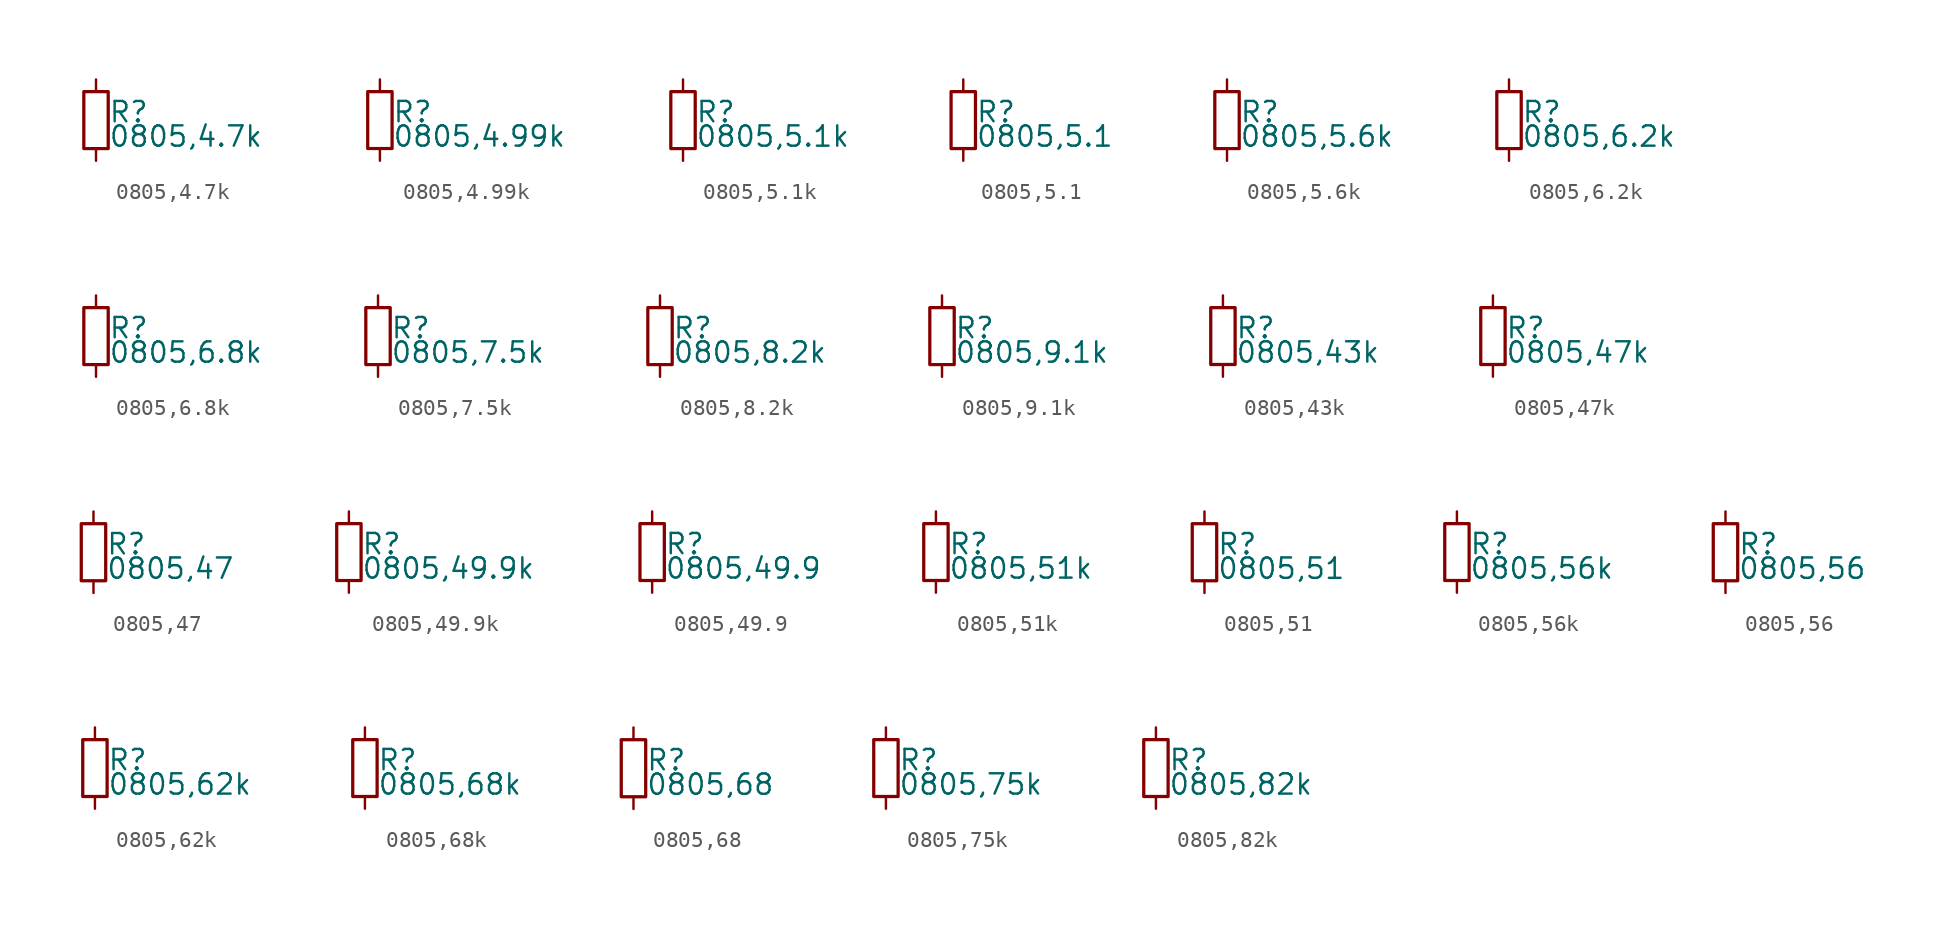
<source format=kicad_sym>
(kicad_symbol_lib
  (version 20220914)
  (generator kicad_symbol_editor)
  (symbol "0805,4.7k"
    (property "Reference" "R"
      (at 0.762 0.508 0)
      (effects (font (size 1.27 1.27)) (justify left)))
    (property "Value" "0805,4.7k"
      (at 0.762 -1.016 0)
      (effects (font (size 1.27 1.27)) (justify left)))
    (property "ki_locked" ""
      (at 0 0 0)
      (effects (font (size 1.27 1.27))))
    (symbol "0805,4.7k_0_0"
      (rectangle (start -0.762 1.778) (end 0.762 -1.778) (stroke (width 0.203) (type default)) (fill (type none)))
      (pin passive line (at 0 2.54 270) (length 0.762) (name "~" (effects (font (size 0 0)))) (number "1" (effects (font (size 0 0)))))
      (pin passive line (at 0 -2.54 90) (length 0.762) (name "~" (effects (font (size 0 0)))) (number "2" (effects (font (size 0 0)))))))
  (symbol "0805,4.99k"
    (property "Reference" "R"
      (at 0.762 0.508 0)
      (effects (font (size 1.27 1.27)) (justify left)))
    (property "Value" "0805,4.99k"
      (at 0.762 -1.016 0)
      (effects (font (size 1.27 1.27)) (justify left)))
    (property "ki_locked" ""
      (at 0 0 0)
      (effects (font (size 1.27 1.27))))
    (symbol "0805,4.99k_0_0"
      (rectangle (start -0.762 1.778) (end 0.762 -1.778) (stroke (width 0.203) (type default)) (fill (type none)))
      (pin passive line (at 0 2.54 270) (length 0.762) (name "~" (effects (font (size 0 0)))) (number "1" (effects (font (size 0 0)))))
      (pin passive line (at 0 -2.54 90) (length 0.762) (name "~" (effects (font (size 0 0)))) (number "2" (effects (font (size 0 0)))))))
  (symbol "0805,5.1k"
    (property "Reference" "R"
      (at 0.762 0.508 0)
      (effects (font (size 1.27 1.27)) (justify left)))
    (property "Value" "0805,5.1k"
      (at 0.762 -1.016 0)
      (effects (font (size 1.27 1.27)) (justify left)))
    (property "ki_locked" ""
      (at 0 0 0)
      (effects (font (size 1.27 1.27))))
    (symbol "0805,5.1k_0_0"
      (rectangle (start -0.762 1.778) (end 0.762 -1.778) (stroke (width 0.203) (type default)) (fill (type none)))
      (pin passive line (at 0 2.54 270) (length 0.762) (name "~" (effects (font (size 0 0)))) (number "1" (effects (font (size 0 0)))))
      (pin passive line (at 0 -2.54 90) (length 0.762) (name "~" (effects (font (size 0 0)))) (number "2" (effects (font (size 0 0)))))))
  (symbol "0805,5.1"
    (property "Reference" "R"
      (at 0.762 0.508 0)
      (effects (font (size 1.27 1.27)) (justify left)))
    (property "Value" "0805,5.1"
      (at 0.762 -1.016 0)
      (effects (font (size 1.27 1.27)) (justify left)))
    (property "ki_locked" ""
      (at 0 0 0)
      (effects (font (size 1.27 1.27))))
    (symbol "0805,5.1_0_0"
      (rectangle (start -0.762 1.778) (end 0.762 -1.778) (stroke (width 0.203) (type default)) (fill (type none)))
      (pin passive line (at 0 2.54 270) (length 0.762) (name "~" (effects (font (size 0 0)))) (number "1" (effects (font (size 0 0)))))
      (pin passive line (at 0 -2.54 90) (length 0.762) (name "~" (effects (font (size 0 0)))) (number "2" (effects (font (size 0 0)))))))
  (symbol "0805,5.6k"
    (property "Reference" "R"
      (at 0.762 0.508 0)
      (effects (font (size 1.27 1.27)) (justify left)))
    (property "Value" "0805,5.6k"
      (at 0.762 -1.016 0)
      (effects (font (size 1.27 1.27)) (justify left)))
    (property "ki_locked" ""
      (at 0 0 0)
      (effects (font (size 1.27 1.27))))
    (symbol "0805,5.6k_0_0"
      (rectangle (start -0.762 1.778) (end 0.762 -1.778) (stroke (width 0.203) (type default)) (fill (type none)))
      (pin passive line (at 0 2.54 270) (length 0.762) (name "~" (effects (font (size 0 0)))) (number "1" (effects (font (size 0 0)))))
      (pin passive line (at 0 -2.54 90) (length 0.762) (name "~" (effects (font (size 0 0)))) (number "2" (effects (font (size 0 0)))))))
  (symbol "0805,6.2k"
    (property "Reference" "R"
      (at 0.762 0.508 0)
      (effects (font (size 1.27 1.27)) (justify left)))
    (property "Value" "0805,6.2k"
      (at 0.762 -1.016 0)
      (effects (font (size 1.27 1.27)) (justify left)))
    (property "ki_locked" ""
      (at 0 0 0)
      (effects (font (size 1.27 1.27))))
    (symbol "0805,6.2k_0_0"
      (rectangle (start -0.762 1.778) (end 0.762 -1.778) (stroke (width 0.203) (type default)) (fill (type none)))
      (pin passive line (at 0 2.54 270) (length 0.762) (name "~" (effects (font (size 0 0)))) (number "1" (effects (font (size 0 0)))))
      (pin passive line (at 0 -2.54 90) (length 0.762) (name "~" (effects (font (size 0 0)))) (number "2" (effects (font (size 0 0)))))))
  (symbol "0805,6.8k"
    (property "Reference" "R"
      (at 0.762 0.508 0)
      (effects (font (size 1.27 1.27)) (justify left)))
    (property "Value" "0805,6.8k"
      (at 0.762 -1.016 0)
      (effects (font (size 1.27 1.27)) (justify left)))
    (property "ki_locked" ""
      (at 0 0 0)
      (effects (font (size 1.27 1.27))))
    (symbol "0805,6.8k_0_0"
      (rectangle (start -0.762 1.778) (end 0.762 -1.778) (stroke (width 0.203) (type default)) (fill (type none)))
      (pin passive line (at 0 2.54 270) (length 0.762) (name "~" (effects (font (size 0 0)))) (number "1" (effects (font (size 0 0)))))
      (pin passive line (at 0 -2.54 90) (length 0.762) (name "~" (effects (font (size 0 0)))) (number "2" (effects (font (size 0 0)))))))
  (symbol "0805,7.5k"
    (property "Reference" "R"
      (at 0.762 0.508 0)
      (effects (font (size 1.27 1.27)) (justify left)))
    (property "Value" "0805,7.5k"
      (at 0.762 -1.016 0)
      (effects (font (size 1.27 1.27)) (justify left)))
    (property "ki_locked" ""
      (at 0 0 0)
      (effects (font (size 1.27 1.27))))
    (symbol "0805,7.5k_0_0"
      (rectangle (start -0.762 1.778) (end 0.762 -1.778) (stroke (width 0.203) (type default)) (fill (type none)))
      (pin passive line (at 0 2.54 270) (length 0.762) (name "~" (effects (font (size 0 0)))) (number "1" (effects (font (size 0 0)))))
      (pin passive line (at 0 -2.54 90) (length 0.762) (name "~" (effects (font (size 0 0)))) (number "2" (effects (font (size 0 0)))))))
  (symbol "0805,8.2k"
    (property "Reference" "R"
      (at 0.762 0.508 0)
      (effects (font (size 1.27 1.27)) (justify left)))
    (property "Value" "0805,8.2k"
      (at 0.762 -1.016 0)
      (effects (font (size 1.27 1.27)) (justify left)))
    (property "ki_locked" ""
      (at 0 0 0)
      (effects (font (size 1.27 1.27))))
    (symbol "0805,8.2k_0_0"
      (rectangle (start -0.762 1.778) (end 0.762 -1.778) (stroke (width 0.203) (type default)) (fill (type none)))
      (pin passive line (at 0 2.54 270) (length 0.762) (name "~" (effects (font (size 0 0)))) (number "1" (effects (font (size 0 0)))))
      (pin passive line (at 0 -2.54 90) (length 0.762) (name "~" (effects (font (size 0 0)))) (number "2" (effects (font (size 0 0)))))))
  (symbol "0805,9.1k"
    (property "Reference" "R"
      (at 0.762 0.508 0)
      (effects (font (size 1.27 1.27)) (justify left)))
    (property "Value" "0805,9.1k"
      (at 0.762 -1.016 0)
      (effects (font (size 1.27 1.27)) (justify left)))
    (property "ki_locked" ""
      (at 0 0 0)
      (effects (font (size 1.27 1.27))))
    (symbol "0805,9.1k_0_0"
      (rectangle (start -0.762 1.778) (end 0.762 -1.778) (stroke (width 0.203) (type default)) (fill (type none)))
      (pin passive line (at 0 2.54 270) (length 0.762) (name "~" (effects (font (size 0 0)))) (number "1" (effects (font (size 0 0)))))
      (pin passive line (at 0 -2.54 90) (length 0.762) (name "~" (effects (font (size 0 0)))) (number "2" (effects (font (size 0 0)))))))
  (symbol "0805,43k"
    (property "Reference" "R"
      (at 0.762 0.508 0)
      (effects (font (size 1.27 1.27)) (justify left)))
    (property "Value" "0805,43k"
      (at 0.762 -1.016 0)
      (effects (font (size 1.27 1.27)) (justify left)))
    (property "ki_locked" ""
      (at 0 0 0)
      (effects (font (size 1.27 1.27))))
    (symbol "0805,43k_0_0"
      (rectangle (start -0.762 1.778) (end 0.762 -1.778) (stroke (width 0.203) (type default)) (fill (type none)))
      (pin passive line (at 0 2.54 270) (length 0.762) (name "~" (effects (font (size 0 0)))) (number "1" (effects (font (size 0 0)))))
      (pin passive line (at 0 -2.54 90) (length 0.762) (name "~" (effects (font (size 0 0)))) (number "2" (effects (font (size 0 0)))))))
  (symbol "0805,47k"
    (property "Reference" "R"
      (at 0.762 0.508 0)
      (effects (font (size 1.27 1.27)) (justify left)))
    (property "Value" "0805,47k"
      (at 0.762 -1.016 0)
      (effects (font (size 1.27 1.27)) (justify left)))
    (property "ki_locked" ""
      (at 0 0 0)
      (effects (font (size 1.27 1.27))))
    (symbol "0805,47k_0_0"
      (rectangle (start -0.762 1.778) (end 0.762 -1.778) (stroke (width 0.203) (type default)) (fill (type none)))
      (pin passive line (at 0 2.54 270) (length 0.762) (name "~" (effects (font (size 0 0)))) (number "1" (effects (font (size 0 0)))))
      (pin passive line (at 0 -2.54 90) (length 0.762) (name "~" (effects (font (size 0 0)))) (number "2" (effects (font (size 0 0)))))))
  (symbol "0805,47"
    (property "Reference" "R"
      (at 0.762 0.508 0)
      (effects (font (size 1.27 1.27)) (justify left)))
    (property "Value" "0805,47"
      (at 0.762 -1.016 0)
      (effects (font (size 1.27 1.27)) (justify left)))
    (property "ki_locked" ""
      (at 0 0 0)
      (effects (font (size 1.27 1.27))))
    (symbol "0805,47_0_0"
      (rectangle (start -0.762 1.778) (end 0.762 -1.778) (stroke (width 0.203) (type default)) (fill (type none)))
      (pin passive line (at 0 2.54 270) (length 0.762) (name "~" (effects (font (size 0 0)))) (number "1" (effects (font (size 0 0)))))
      (pin passive line (at 0 -2.54 90) (length 0.762) (name "~" (effects (font (size 0 0)))) (number "2" (effects (font (size 0 0)))))))
  (symbol "0805,49.9k"
    (property "Reference" "R"
      (at 0.762 0.508 0)
      (effects (font (size 1.27 1.27)) (justify left)))
    (property "Value" "0805,49.9k"
      (at 0.762 -1.016 0)
      (effects (font (size 1.27 1.27)) (justify left)))
    (property "ki_locked" ""
      (at 0 0 0)
      (effects (font (size 1.27 1.27))))
    (symbol "0805,49.9k_0_0"
      (rectangle (start -0.762 1.778) (end 0.762 -1.778) (stroke (width 0.203) (type default)) (fill (type none)))
      (pin passive line (at 0 2.54 270) (length 0.762) (name "~" (effects (font (size 0 0)))) (number "1" (effects (font (size 0 0)))))
      (pin passive line (at 0 -2.54 90) (length 0.762) (name "~" (effects (font (size 0 0)))) (number "2" (effects (font (size 0 0)))))))
  (symbol "0805,49.9"
    (property "Reference" "R"
      (at 0.762 0.508 0)
      (effects (font (size 1.27 1.27)) (justify left)))
    (property "Value" "0805,49.9"
      (at 0.762 -1.016 0)
      (effects (font (size 1.27 1.27)) (justify left)))
    (property "ki_locked" ""
      (at 0 0 0)
      (effects (font (size 1.27 1.27))))
    (symbol "0805,49.9_0_0"
      (rectangle (start -0.762 1.778) (end 0.762 -1.778) (stroke (width 0.203) (type default)) (fill (type none)))
      (pin passive line (at 0 2.54 270) (length 0.762) (name "~" (effects (font (size 0 0)))) (number "1" (effects (font (size 0 0)))))
      (pin passive line (at 0 -2.54 90) (length 0.762) (name "~" (effects (font (size 0 0)))) (number "2" (effects (font (size 0 0)))))))
  (symbol "0805,51k"
    (property "Reference" "R"
      (at 0.762 0.508 0)
      (effects (font (size 1.27 1.27)) (justify left)))
    (property "Value" "0805,51k"
      (at 0.762 -1.016 0)
      (effects (font (size 1.27 1.27)) (justify left)))
    (property "ki_locked" ""
      (at 0 0 0)
      (effects (font (size 1.27 1.27))))
    (symbol "0805,51k_0_0"
      (rectangle (start -0.762 1.778) (end 0.762 -1.778) (stroke (width 0.203) (type default)) (fill (type none)))
      (pin passive line (at 0 2.54 270) (length 0.762) (name "~" (effects (font (size 0 0)))) (number "1" (effects (font (size 0 0)))))
      (pin passive line (at 0 -2.54 90) (length 0.762) (name "~" (effects (font (size 0 0)))) (number "2" (effects (font (size 0 0)))))))
  (symbol "0805,51"
    (property "Reference" "R"
      (at 0.762 0.508 0)
      (effects (font (size 1.27 1.27)) (justify left)))
    (property "Value" "0805,51"
      (at 0.762 -1.016 0)
      (effects (font (size 1.27 1.27)) (justify left)))
    (property "ki_locked" ""
      (at 0 0 0)
      (effects (font (size 1.27 1.27))))
    (symbol "0805,51_0_0"
      (rectangle (start -0.762 1.778) (end 0.762 -1.778) (stroke (width 0.203) (type default)) (fill (type none)))
      (pin passive line (at 0 2.54 270) (length 0.762) (name "~" (effects (font (size 0 0)))) (number "1" (effects (font (size 0 0)))))
      (pin passive line (at 0 -2.54 90) (length 0.762) (name "~" (effects (font (size 0 0)))) (number "2" (effects (font (size 0 0)))))))
  (symbol "0805,56k"
    (property "Reference" "R"
      (at 0.762 0.508 0)
      (effects (font (size 1.27 1.27)) (justify left)))
    (property "Value" "0805,56k"
      (at 0.762 -1.016 0)
      (effects (font (size 1.27 1.27)) (justify left)))
    (property "ki_locked" ""
      (at 0 0 0)
      (effects (font (size 1.27 1.27))))
    (symbol "0805,56k_0_0"
      (rectangle (start -0.762 1.778) (end 0.762 -1.778) (stroke (width 0.203) (type default)) (fill (type none)))
      (pin passive line (at 0 2.54 270) (length 0.762) (name "~" (effects (font (size 0 0)))) (number "1" (effects (font (size 0 0)))))
      (pin passive line (at 0 -2.54 90) (length 0.762) (name "~" (effects (font (size 0 0)))) (number "2" (effects (font (size 0 0)))))))
  (symbol "0805,56"
    (property "Reference" "R"
      (at 0.762 0.508 0)
      (effects (font (size 1.27 1.27)) (justify left)))
    (property "Value" "0805,56"
      (at 0.762 -1.016 0)
      (effects (font (size 1.27 1.27)) (justify left)))
    (property "ki_locked" ""
      (at 0 0 0)
      (effects (font (size 1.27 1.27))))
    (symbol "0805,56_0_0"
      (rectangle (start -0.762 1.778) (end 0.762 -1.778) (stroke (width 0.203) (type default)) (fill (type none)))
      (pin passive line (at 0 2.54 270) (length 0.762) (name "~" (effects (font (size 0 0)))) (number "1" (effects (font (size 0 0)))))
      (pin passive line (at 0 -2.54 90) (length 0.762) (name "~" (effects (font (size 0 0)))) (number "2" (effects (font (size 0 0)))))))
  (symbol "0805,62k"
    (property "Reference" "R"
      (at 0.762 0.508 0)
      (effects (font (size 1.27 1.27)) (justify left)))
    (property "Value" "0805,62k"
      (at 0.762 -1.016 0)
      (effects (font (size 1.27 1.27)) (justify left)))
    (property "ki_locked" ""
      (at 0 0 0)
      (effects (font (size 1.27 1.27))))
    (symbol "0805,62k_0_0"
      (rectangle (start -0.762 1.778) (end 0.762 -1.778) (stroke (width 0.203) (type default)) (fill (type none)))
      (pin passive line (at 0 2.54 270) (length 0.762) (name "~" (effects (font (size 0 0)))) (number "1" (effects (font (size 0 0)))))
      (pin passive line (at 0 -2.54 90) (length 0.762) (name "~" (effects (font (size 0 0)))) (number "2" (effects (font (size 0 0)))))))
  (symbol "0805,68k"
    (property "Reference" "R"
      (at 0.762 0.508 0)
      (effects (font (size 1.27 1.27)) (justify left)))
    (property "Value" "0805,68k"
      (at 0.762 -1.016 0)
      (effects (font (size 1.27 1.27)) (justify left)))
    (property "ki_locked" ""
      (at 0 0 0)
      (effects (font (size 1.27 1.27))))
    (symbol "0805,68k_0_0"
      (rectangle (start -0.762 1.778) (end 0.762 -1.778) (stroke (width 0.203) (type default)) (fill (type none)))
      (pin passive line (at 0 2.54 270) (length 0.762) (name "~" (effects (font (size 0 0)))) (number "1" (effects (font (size 0 0)))))
      (pin passive line (at 0 -2.54 90) (length 0.762) (name "~" (effects (font (size 0 0)))) (number "2" (effects (font (size 0 0)))))))
  (symbol "0805,68"
    (property "Reference" "R"
      (at 0.762 0.508 0)
      (effects (font (size 1.27 1.27)) (justify left)))
    (property "Value" "0805,68"
      (at 0.762 -1.016 0)
      (effects (font (size 1.27 1.27)) (justify left)))
    (property "ki_locked" ""
      (at 0 0 0)
      (effects (font (size 1.27 1.27))))
    (symbol "0805,68_0_0"
      (rectangle (start -0.762 1.778) (end 0.762 -1.778) (stroke (width 0.203) (type default)) (fill (type none)))
      (pin passive line (at 0 2.54 270) (length 0.762) (name "~" (effects (font (size 0 0)))) (number "1" (effects (font (size 0 0)))))
      (pin passive line (at 0 -2.54 90) (length 0.762) (name "~" (effects (font (size 0 0)))) (number "2" (effects (font (size 0 0)))))))
  (symbol "0805,75k"
    (property "Reference" "R"
      (at 0.762 0.508 0)
      (effects (font (size 1.27 1.27)) (justify left)))
    (property "Value" "0805,75k"
      (at 0.762 -1.016 0)
      (effects (font (size 1.27 1.27)) (justify left)))
    (property "ki_locked" ""
      (at 0 0 0)
      (effects (font (size 1.27 1.27))))
    (symbol "0805,75k_0_0"
      (rectangle (start -0.762 1.778) (end 0.762 -1.778) (stroke (width 0.203) (type default)) (fill (type none)))
      (pin passive line (at 0 2.54 270) (length 0.762) (name "~" (effects (font (size 0 0)))) (number "1" (effects (font (size 0 0)))))
      (pin passive line (at 0 -2.54 90) (length 0.762) (name "~" (effects (font (size 0 0)))) (number "2" (effects (font (size 0 0)))))))
  (symbol "0805,82k"
    (property "Reference" "R"
      (at 0.762 0.508 0)
      (effects (font (size 1.27 1.27)) (justify left)))
    (property "Value" "0805,82k"
      (at 0.762 -1.016 0)
      (effects (font (size 1.27 1.27)) (justify left)))
    (property "ki_locked" ""
      (at 0 0 0)
      (effects (font (size 1.27 1.27))))
    (symbol "0805,82k_0_0"
      (rectangle (start -0.762 1.778) (end 0.762 -1.778) (stroke (width 0.203) (type default)) (fill (type none)))
      (pin passive line (at 0 2.54 270) (length 0.762) (name "~" (effects (font (size 0 0)))) (number "1" (effects (font (size 0 0)))))
      (pin passive line (at 0 -2.54 90) (length 0.762) (name "~" (effects (font (size 0 0)))) (number "2" (effects (font (size 0 0))))))))
</source>
